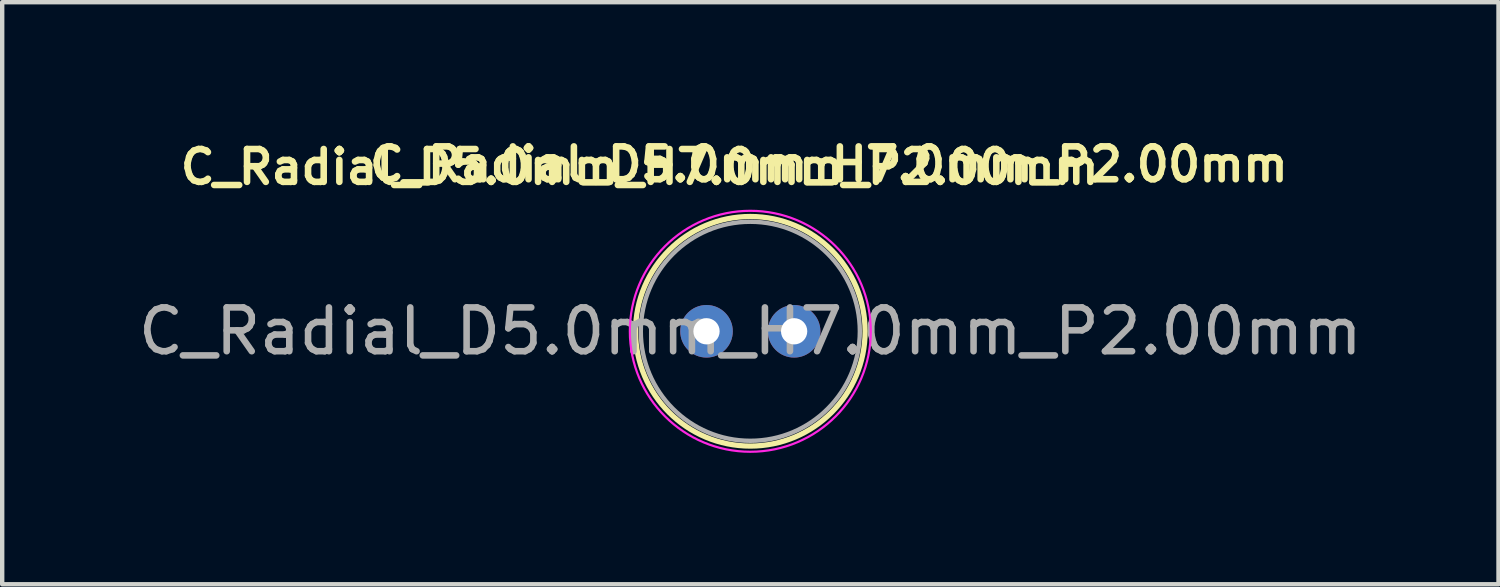
<source format=kicad_pcb>
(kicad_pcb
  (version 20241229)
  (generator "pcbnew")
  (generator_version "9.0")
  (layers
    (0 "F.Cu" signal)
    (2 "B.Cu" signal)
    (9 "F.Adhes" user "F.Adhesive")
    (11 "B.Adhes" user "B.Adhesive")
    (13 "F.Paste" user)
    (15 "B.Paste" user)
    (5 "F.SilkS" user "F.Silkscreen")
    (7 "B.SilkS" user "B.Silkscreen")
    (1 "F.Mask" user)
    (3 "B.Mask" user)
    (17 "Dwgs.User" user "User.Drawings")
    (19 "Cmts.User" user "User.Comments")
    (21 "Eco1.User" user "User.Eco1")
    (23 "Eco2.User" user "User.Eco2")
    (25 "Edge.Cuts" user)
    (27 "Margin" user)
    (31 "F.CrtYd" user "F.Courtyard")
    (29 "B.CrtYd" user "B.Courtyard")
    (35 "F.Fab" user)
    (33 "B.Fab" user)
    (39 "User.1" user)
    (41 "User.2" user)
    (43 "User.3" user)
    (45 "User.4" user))
  (footprint "C_Radial_D5.0mm_H7.0mm_P2.00mm"
    (layer "F.Cu")
    (at 13.077 4.512)
    (property "Reference" "C_Radial_D5.0mm_H7.0mm_P2.00mm" (at -1.524 -3.75 0) (layer "F.SilkS") (effects (font (size 0.75 0.75) (thickness 0.15))))
    (property "Value" "C_Radial_D5.0mm_H7.0mm_P2.00mm" (at 1 3.75 0) (layer "F.Fab") (hide yes) (effects (font (size 1 1) (thickness 0.15))))
    (attr through_hole)
    (fp_circle (center 1 0) (end 3.62 0) (stroke (width 0.12) (type solid)) (fill no) (layer "F.SilkS"))
    (fp_circle (center 1 0) (end 3.75 0) (stroke (width 0.05) (type solid)) (fill no) (layer "F.CrtYd"))
    (fp_circle (center 1 0) (end 3.5 0) (stroke (width 0.1) (type solid)) (fill no) (layer "F.Fab"))
    (fp_text user "${VALUE}" (at 2.794 -3.81 0) (layer "F.SilkS") (effects (font (size 0.75 0.75) (thickness 0.15))))
    (fp_text user "${REFERENCE}" (at 1 0 0) (layer "F.Fab") (effects (font (size 1 1) (thickness 0.15))))
    (pad "1" thru_hole circle (at 0 0) (size 1.2 1.2) (drill 0.6) (layers "*.Cu" "*.Mask"))
    (pad "2" thru_hole circle (at 2 0) (size 1.2 1.2) (drill 0.6) (layers "*.Cu" "*.Mask")))
  (gr_rect
    (start -3 -3)
    (end 31.155 10.287)
    (stroke (width 0.1) (type default))
    (fill no)
    (layer "Edge.Cuts")))
</source>
